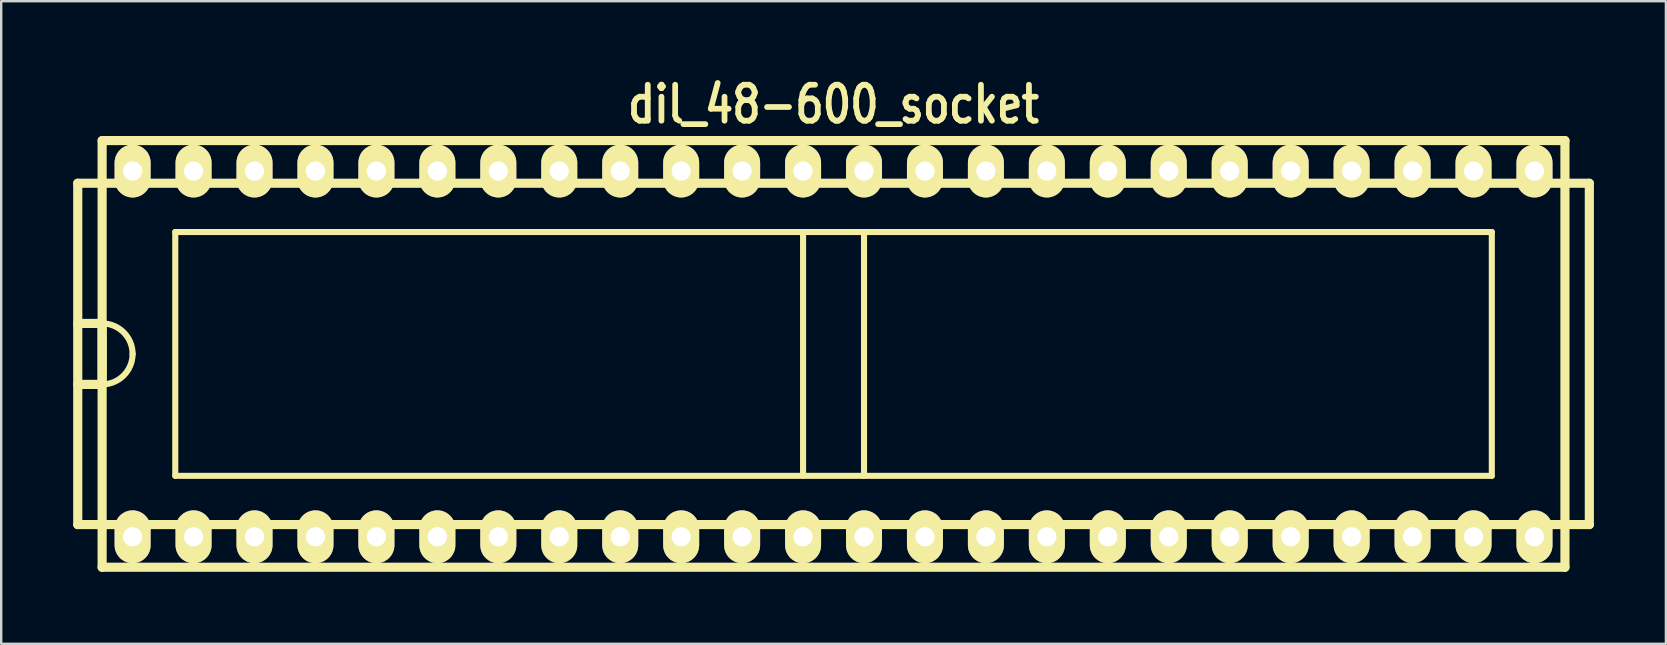
<source format=kicad_pcb>
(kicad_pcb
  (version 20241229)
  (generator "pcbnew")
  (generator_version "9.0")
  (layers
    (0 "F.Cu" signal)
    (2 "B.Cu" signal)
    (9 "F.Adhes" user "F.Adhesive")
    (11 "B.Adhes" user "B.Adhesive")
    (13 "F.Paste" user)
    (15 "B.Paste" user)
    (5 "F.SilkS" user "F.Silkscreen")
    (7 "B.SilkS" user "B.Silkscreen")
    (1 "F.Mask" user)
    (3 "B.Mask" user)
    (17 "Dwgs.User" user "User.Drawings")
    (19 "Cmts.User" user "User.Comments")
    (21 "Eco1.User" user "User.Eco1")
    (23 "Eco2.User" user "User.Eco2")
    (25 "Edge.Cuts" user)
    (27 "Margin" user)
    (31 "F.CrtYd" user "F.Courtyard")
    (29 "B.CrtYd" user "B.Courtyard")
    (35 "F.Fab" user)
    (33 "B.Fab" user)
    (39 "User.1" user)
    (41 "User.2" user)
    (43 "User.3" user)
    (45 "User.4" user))
  (footprint "dil_48-600_socket"
    (layer "F.Cu")
    (at 31.686 11.699)
    (property "Reference" "dil_48-600_socket" (at 0 -10.4 0) (layer "F.SilkS") (effects (font (size 1.5 1.2) (thickness 0.24))))
    (attr through_hole)
    (fp_line (start -31.496 -7.112) (end -31.496 7.112) (stroke (width 0.381) (type solid)) (layer "F.SilkS"))
    (fp_line (start -30.48 -8.89) (end 30.48 -8.89) (stroke (width 0.381) (type solid)) (layer "F.SilkS"))
    (fp_line (start -30.48 -1.27) (end -31.496 -1.27) (stroke (width 0.381) (type solid)) (layer "F.SilkS"))
    (fp_line (start -30.48 -1.27) (end -30.48 1.27) (stroke (width 0.381) (type solid)) (layer "F.SilkS"))
    (fp_line (start -30.48 1.27) (end -31.496 1.27) (stroke (width 0.381) (type solid)) (layer "F.SilkS"))
    (fp_line (start -30.48 8.89) (end -30.48 -8.89) (stroke (width 0.381) (type solid)) (layer "F.SilkS"))
    (fp_line (start -30.48 8.89) (end 30.48 8.89) (stroke (width 0.381) (type solid)) (layer "F.SilkS"))
    (fp_line (start -27.432 -5.08) (end -27.432 5.08) (stroke (width 0.254) (type solid)) (layer "F.SilkS"))
    (fp_line (start -27.432 5.08) (end 27.432 5.08) (stroke (width 0.254) (type solid)) (layer "F.SilkS"))
    (fp_line (start -1.27 -5.08) (end -1.27 5.08) (stroke (width 0.254) (type solid)) (layer "F.SilkS"))
    (fp_line (start 1.27 5.08) (end 1.27 -5.08) (stroke (width 0.254) (type solid)) (layer "F.SilkS"))
    (fp_line (start 27.432 -5.08) (end -27.432 -5.08) (stroke (width 0.254) (type solid)) (layer "F.SilkS"))
    (fp_line (start 27.432 -5.08) (end 27.432 5.08) (stroke (width 0.254) (type solid)) (layer "F.SilkS"))
    (fp_line (start 30.48 -8.89) (end 30.48 8.89) (stroke (width 0.381) (type solid)) (layer "F.SilkS"))
    (fp_line (start 31.496 -7.112) (end -31.496 -7.112) (stroke (width 0.381) (type solid)) (layer "F.SilkS"))
    (fp_line (start 31.496 7.112) (end -31.496 7.112) (stroke (width 0.381) (type solid)) (layer "F.SilkS"))
    (fp_line (start 31.496 7.112) (end 31.496 -7.112) (stroke (width 0.381) (type solid)) (layer "F.SilkS"))
    (fp_arc (start -30.48 -1.27) (mid -29.581974 -0.898026) (end -29.21 0) (stroke (width 0.254) (type solid)) (layer "F.SilkS"))
    (fp_arc (start -29.21 0) (mid -29.581974 0.898026) (end -30.48 1.27) (stroke (width 0.254) (type solid)) (layer "F.SilkS"))
    (pad "1" thru_hole oval (at -29.21 7.62) (size 1.5 2.2) (drill 0.8) (layers "*.Cu" "*.Mask" "F.SilkS"))
    (pad "2" thru_hole oval (at -26.67 7.62) (size 1.5 2.2) (drill 0.8) (layers "*.Cu" "*.Mask" "F.SilkS"))
    (pad "3" thru_hole oval (at -24.13 7.62) (size 1.5 2.2) (drill 0.8) (layers "*.Cu" "*.Mask" "F.SilkS"))
    (pad "4" thru_hole oval (at -21.59 7.62) (size 1.5 2.2) (drill 0.8) (layers "*.Cu" "*.Mask" "F.SilkS"))
    (pad "5" thru_hole oval (at -19.05 7.62) (size 1.5 2.2) (drill 0.8) (layers "*.Cu" "*.Mask" "F.SilkS"))
    (pad "6" thru_hole oval (at -16.51 7.62) (size 1.5 2.2) (drill 0.8) (layers "*.Cu" "*.Mask" "F.SilkS"))
    (pad "7" thru_hole oval (at -13.97 7.62) (size 1.5 2.2) (drill 0.8) (layers "*.Cu" "*.Mask" "F.SilkS"))
    (pad "8" thru_hole oval (at -11.43 7.62) (size 1.5 2.2) (drill 0.8) (layers "*.Cu" "*.Mask" "F.SilkS"))
    (pad "9" thru_hole oval (at -8.89 7.62) (size 1.5 2.2) (drill 0.8) (layers "*.Cu" "*.Mask" "F.SilkS"))
    (pad "10" thru_hole oval (at -6.35 7.62) (size 1.5 2.2) (drill 0.8) (layers "*.Cu" "*.Mask" "F.SilkS"))
    (pad "11" thru_hole oval (at -3.81 7.62) (size 1.5 2.2) (drill 0.8) (layers "*.Cu" "*.Mask" "F.SilkS"))
    (pad "12" thru_hole oval (at -1.27 7.62) (size 1.5 2.2) (drill 0.8) (layers "*.Cu" "*.Mask" "F.SilkS"))
    (pad "13" thru_hole oval (at 1.27 7.62) (size 1.5 2.2) (drill 0.8) (layers "*.Cu" "*.Mask" "F.SilkS"))
    (pad "14" thru_hole oval (at 3.81 7.62) (size 1.5 2.2) (drill 0.8) (layers "*.Cu" "*.Mask" "F.SilkS"))
    (pad "15" thru_hole oval (at 6.35 7.62) (size 1.5 2.2) (drill 0.8) (layers "*.Cu" "*.Mask" "F.SilkS"))
    (pad "16" thru_hole oval (at 8.89 7.62) (size 1.5 2.2) (drill 0.8) (layers "*.Cu" "*.Mask" "F.SilkS"))
    (pad "17" thru_hole oval (at 11.43 7.62) (size 1.5 2.2) (drill 0.8) (layers "*.Cu" "*.Mask" "F.SilkS"))
    (pad "18" thru_hole oval (at 13.97 7.62) (size 1.5 2.2) (drill 0.8) (layers "*.Cu" "*.Mask" "F.SilkS"))
    (pad "19" thru_hole oval (at 16.51 7.62) (size 1.5 2.2) (drill 0.8) (layers "*.Cu" "*.Mask" "F.SilkS"))
    (pad "20" thru_hole oval (at 19.05 7.62) (size 1.5 2.2) (drill 0.8) (layers "*.Cu" "*.Mask" "F.SilkS"))
    (pad "21" thru_hole oval (at 21.59 7.62) (size 1.5 2.2) (drill 0.8) (layers "*.Cu" "*.Mask" "F.SilkS"))
    (pad "22" thru_hole oval (at 24.13 7.62) (size 1.5 2.2) (drill 0.8) (layers "*.Cu" "*.Mask" "F.SilkS"))
    (pad "23" thru_hole oval (at 26.67 7.62) (size 1.5 2.2) (drill 0.8) (layers "*.Cu" "*.Mask" "F.SilkS"))
    (pad "24" thru_hole oval (at 29.21 7.62) (size 1.5 2.2) (drill 0.8) (layers "*.Cu" "*.Mask" "F.SilkS"))
    (pad "25" thru_hole oval (at 29.21 -7.62) (size 1.5 2.2) (drill 0.8) (layers "*.Cu" "*.Mask" "F.SilkS"))
    (pad "26" thru_hole oval (at 26.67 -7.62) (size 1.5 2.2) (drill 0.8) (layers "*.Cu" "*.Mask" "F.SilkS"))
    (pad "27" thru_hole oval (at 24.13 -7.62) (size 1.5 2.2) (drill 0.8) (layers "*.Cu" "*.Mask" "F.SilkS"))
    (pad "28" thru_hole oval (at 21.59 -7.62) (size 1.5 2.2) (drill 0.8) (layers "*.Cu" "*.Mask" "F.SilkS"))
    (pad "29" thru_hole oval (at 19.05 -7.62) (size 1.5 2.2) (drill 0.8) (layers "*.Cu" "*.Mask" "F.SilkS"))
    (pad "30" thru_hole oval (at 16.51 -7.62) (size 1.5 2.2) (drill 0.8) (layers "*.Cu" "*.Mask" "F.SilkS"))
    (pad "31" thru_hole oval (at 13.97 -7.62) (size 1.5 2.2) (drill 0.8) (layers "*.Cu" "*.Mask" "F.SilkS"))
    (pad "32" thru_hole oval (at 11.43 -7.62) (size 1.5 2.2) (drill 0.8) (layers "*.Cu" "*.Mask" "F.SilkS"))
    (pad "33" thru_hole oval (at 8.89 -7.62) (size 1.5 2.2) (drill 0.8) (layers "*.Cu" "*.Mask" "F.SilkS"))
    (pad "34" thru_hole oval (at 6.35 -7.62) (size 1.5 2.2) (drill 0.8) (layers "*.Cu" "*.Mask" "F.SilkS"))
    (pad "35" thru_hole oval (at 3.81 -7.62) (size 1.5 2.2) (drill 0.8) (layers "*.Cu" "*.Mask" "F.SilkS"))
    (pad "36" thru_hole oval (at 1.27 -7.62) (size 1.5 2.2) (drill 0.8) (layers "*.Cu" "*.Mask" "F.SilkS"))
    (pad "37" thru_hole oval (at -1.27 -7.62) (size 1.5 2.2) (drill 0.8) (layers "*.Cu" "*.Mask" "F.SilkS"))
    (pad "38" thru_hole oval (at -3.81 -7.62) (size 1.5 2.2) (drill 0.8) (layers "*.Cu" "*.Mask" "F.SilkS"))
    (pad "39" thru_hole oval (at -6.35 -7.62) (size 1.5 2.2) (drill 0.8) (layers "*.Cu" "*.Mask" "F.SilkS"))
    (pad "40" thru_hole oval (at -8.89 -7.62) (size 1.5 2.2) (drill 0.8) (layers "*.Cu" "*.Mask" "F.SilkS"))
    (pad "41" thru_hole oval (at -11.43 -7.62) (size 1.5 2.2) (drill 0.8) (layers "*.Cu" "*.Mask" "F.SilkS"))
    (pad "42" thru_hole oval (at -13.97 -7.62) (size 1.5 2.2) (drill 0.8) (layers "*.Cu" "*.Mask" "F.SilkS"))
    (pad "43" thru_hole oval (at -16.51 -7.62) (size 1.5 2.2) (drill 0.8) (layers "*.Cu" "*.Mask" "F.SilkS"))
    (pad "44" thru_hole oval (at -19.05 -7.62) (size 1.5 2.2) (drill 0.8) (layers "*.Cu" "*.Mask" "F.SilkS"))
    (pad "45" thru_hole oval (at -21.59 -7.62) (size 1.5 2.2) (drill 0.8) (layers "*.Cu" "*.Mask" "F.SilkS"))
    (pad "46" thru_hole oval (at -24.13 -7.62) (size 1.5 2.2) (drill 0.8) (layers "*.Cu" "*.Mask" "F.SilkS"))
    (pad "47" thru_hole oval (at -26.67 -7.62) (size 1.5 2.2) (drill 0.8) (layers "*.Cu" "*.Mask" "F.SilkS"))
    (pad "48" thru_hole oval (at -29.21 -7.62) (size 1.5 2.2) (drill 0.8) (layers "*.Cu" "*.Mask" "F.SilkS")))
  (gr_rect
    (start -3 -3)
    (end 66.373 23.779)
    (stroke (width 0.1) (type default))
    (fill no)
    (layer "Edge.Cuts")))
</source>
